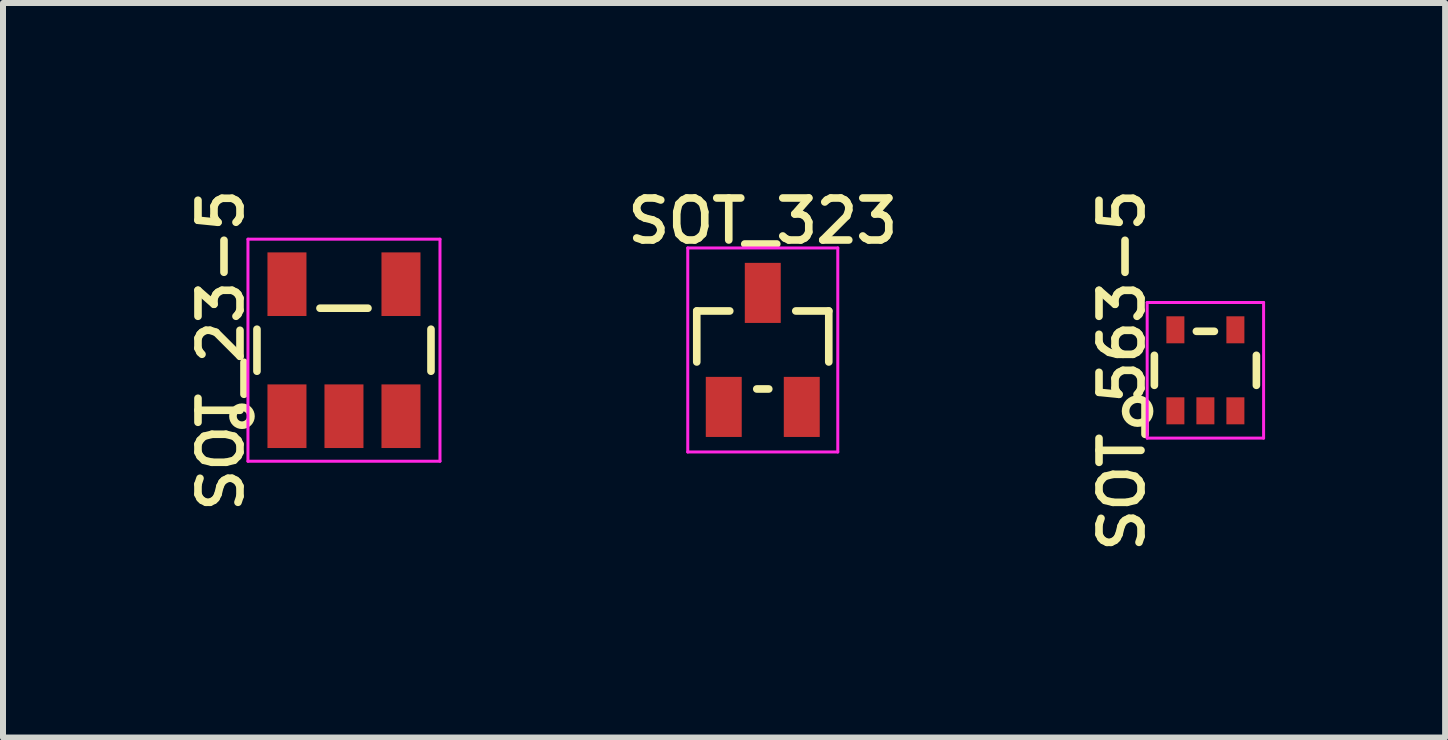
<source format=kicad_pcb>
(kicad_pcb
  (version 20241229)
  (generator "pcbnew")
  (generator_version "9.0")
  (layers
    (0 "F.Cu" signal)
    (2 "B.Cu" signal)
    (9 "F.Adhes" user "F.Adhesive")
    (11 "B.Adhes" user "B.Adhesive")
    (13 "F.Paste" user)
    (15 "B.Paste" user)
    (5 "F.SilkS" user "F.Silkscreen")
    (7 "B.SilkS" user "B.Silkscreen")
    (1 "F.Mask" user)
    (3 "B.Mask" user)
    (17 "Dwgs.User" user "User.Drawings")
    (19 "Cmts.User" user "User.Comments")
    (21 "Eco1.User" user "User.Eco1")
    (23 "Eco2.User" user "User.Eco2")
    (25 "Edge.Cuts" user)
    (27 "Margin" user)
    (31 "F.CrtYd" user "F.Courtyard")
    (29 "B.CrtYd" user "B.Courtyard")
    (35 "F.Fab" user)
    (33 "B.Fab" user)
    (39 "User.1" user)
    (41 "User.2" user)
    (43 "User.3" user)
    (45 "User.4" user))
  (footprint "SOT_23-5"
    (layer "F.Cu")
    (at 2.682 2.786)
    (property "Reference" "SOT_23-5" (at -2.05 0.001 90) (layer "F.SilkS") (effects (font (size 0.7 0.7) (thickness 0.127))))
    (attr smd)
    (fp_line (start -1.45 -0.35) (end -1.45 0.35) (stroke (width 0.127) (type solid)) (layer "F.SilkS"))
    (fp_line (start 0.4 -0.7) (end -0.4 -0.7) (stroke (width 0.127) (type solid)) (layer "F.SilkS"))
    (fp_line (start 1.45 0.35) (end 1.45 -0.35) (stroke (width 0.127) (type solid)) (layer "F.SilkS"))
    (fp_circle (center -1.7 1.1) (end -1.55 1.1) (stroke (width 0.127) (type solid)) (fill no) (layer "F.SilkS"))
    (fp_line (start -1.6 -1.85) (end 1.6 -1.85) (stroke (width 0.05) (type solid)) (layer "F.CrtYd"))
    (fp_line (start -1.6 1.85) (end -1.6 -1.85) (stroke (width 0.05) (type solid)) (layer "F.CrtYd"))
    (fp_line (start 1.6 -1.85) (end 1.6 1.85) (stroke (width 0.05) (type solid)) (layer "F.CrtYd"))
    (fp_line (start 1.6 1.85) (end -1.6 1.85) (stroke (width 0.05) (type solid)) (layer "F.CrtYd"))
    (pad "1" smd rect (at -0.95 1.1 90) (size 1.06 0.65) (layers "F.Cu" "F.Mask" "F.Paste"))
    (pad "2" smd rect (at 0 1.1 90) (size 1.06 0.65) (layers "F.Cu" "F.Mask" "F.Paste"))
    (pad "3" smd rect (at 0.95 1.1 90) (size 1.06 0.65) (layers "F.Cu" "F.Mask" "F.Paste"))
    (pad "4" smd rect (at 0.95 -1.1 90) (size 1.06 0.65) (layers "F.Cu" "F.Mask" "F.Paste"))
    (pad "5" smd rect (at -0.95 -1.1 90) (size 1.06 0.65) (layers "F.Cu" "F.Mask" "F.Paste")))
  (footprint "SOT_563-5"
    (layer "F.Cu")
    (at 17.037 3.121)
    (property "Reference" "SOT_563-5" (at -1.39 0 90) (layer "F.SilkS") (effects (font (size 0.7 0.7) (thickness 0.127))))
    (attr through_hole)
    (fp_line (start -0.85 -0.25) (end -0.85 0.25) (stroke (width 0.127) (type solid)) (layer "F.SilkS"))
    (fp_line (start -0.15 -0.65) (end 0.15 -0.65) (stroke (width 0.127) (type solid)) (layer "F.SilkS"))
    (fp_line (start 0.85 -0.25) (end 0.85 0.25) (stroke (width 0.127) (type solid)) (layer "F.SilkS"))
    (fp_circle (center -1.13 0.68) (end -0.93 0.68) (stroke (width 0.127) (type solid)) (fill no) (layer "F.SilkS"))
    (fp_line (start -0.97 -1.13) (end -0.97 1.13) (stroke (width 0.05) (type solid)) (layer "F.CrtYd"))
    (fp_line (start -0.97 -1.13) (end 0.97 -1.13) (stroke (width 0.05) (type solid)) (layer "F.CrtYd"))
    (fp_line (start -0.97 1.13) (end 0.97 1.13) (stroke (width 0.05) (type solid)) (layer "F.CrtYd"))
    (fp_line (start 0.97 -1.13) (end 0.97 1.13) (stroke (width 0.05) (type solid)) (layer "F.CrtYd"))
    (pad "1" smd rect (at -0.5 0.675) (size 0.3 0.45) (layers "F.Cu" "F.Mask" "F.Paste"))
    (pad "2" smd rect (at 0 0.675) (size 0.3 0.45) (layers "F.Cu" "F.Mask" "F.Paste"))
    (pad "3" smd rect (at 0.5 0.675) (size 0.3 0.45) (layers "F.Cu" "F.Mask" "F.Paste"))
    (pad "4" smd rect (at 0.5 -0.675) (size 0.3 0.45) (layers "F.Cu" "F.Mask" "F.Paste"))
    (pad "5" smd rect (at -0.5 -0.675) (size 0.3 0.45) (layers "F.Cu" "F.Mask" "F.Paste")))
  (footprint "SOT_323"
    (layer "F.Cu")
    (at 9.661 2.782)
    (property "Reference" "SOT_323" (at 0 -2.15 0) (layer "F.SilkS") (effects (font (size 0.7 0.7) (thickness 0.127))))
    (attr smd)
    (fp_line (start -1.1 -0.65) (end -1.1 0.2) (stroke (width 0.127) (type solid)) (layer "F.SilkS"))
    (fp_line (start -0.55 -0.65) (end -1.1 -0.65) (stroke (width 0.127) (type solid)) (layer "F.SilkS"))
    (fp_line (start -0.1 0.65) (end 0.1 0.65) (stroke (width 0.127) (type solid)) (layer "F.SilkS"))
    (fp_line (start 1.1 -0.65) (end 0.55 -0.65) (stroke (width 0.127) (type solid)) (layer "F.SilkS"))
    (fp_line (start 1.1 0.2) (end 1.1 -0.65) (stroke (width 0.127) (type solid)) (layer "F.SilkS"))
    (fp_line (start -1.25 -1.7) (end 1.25 -1.7) (stroke (width 0.05) (type solid)) (layer "F.CrtYd"))
    (fp_line (start -1.25 1.7) (end -1.25 -1.7) (stroke (width 0.05) (type solid)) (layer "F.CrtYd"))
    (fp_line (start 1.25 -1.7) (end 1.25 1.7) (stroke (width 0.05) (type solid)) (layer "F.CrtYd"))
    (fp_line (start 1.25 1.7) (end -1.25 1.7) (stroke (width 0.05) (type solid)) (layer "F.CrtYd"))
    (pad "1" smd rect (at -0.65 0.949 180) (size 0.599 1.001) (layers "F.Cu" "F.Mask" "F.Paste"))
    (pad "2" smd rect (at 0.65 0.949 180) (size 0.599 1.001) (layers "F.Cu" "F.Mask" "F.Paste"))
    (pad "3" smd rect (at 0.000076 -0.951 180) (size 0.599 1.001) (layers "F.Cu" "F.Mask" "F.Paste")))
  (gr_rect
    (start -3 -3)
    (end 21.032 9.241)
    (stroke (width 0.1) (type default))
    (fill no)
    (layer "Edge.Cuts")))
</source>
